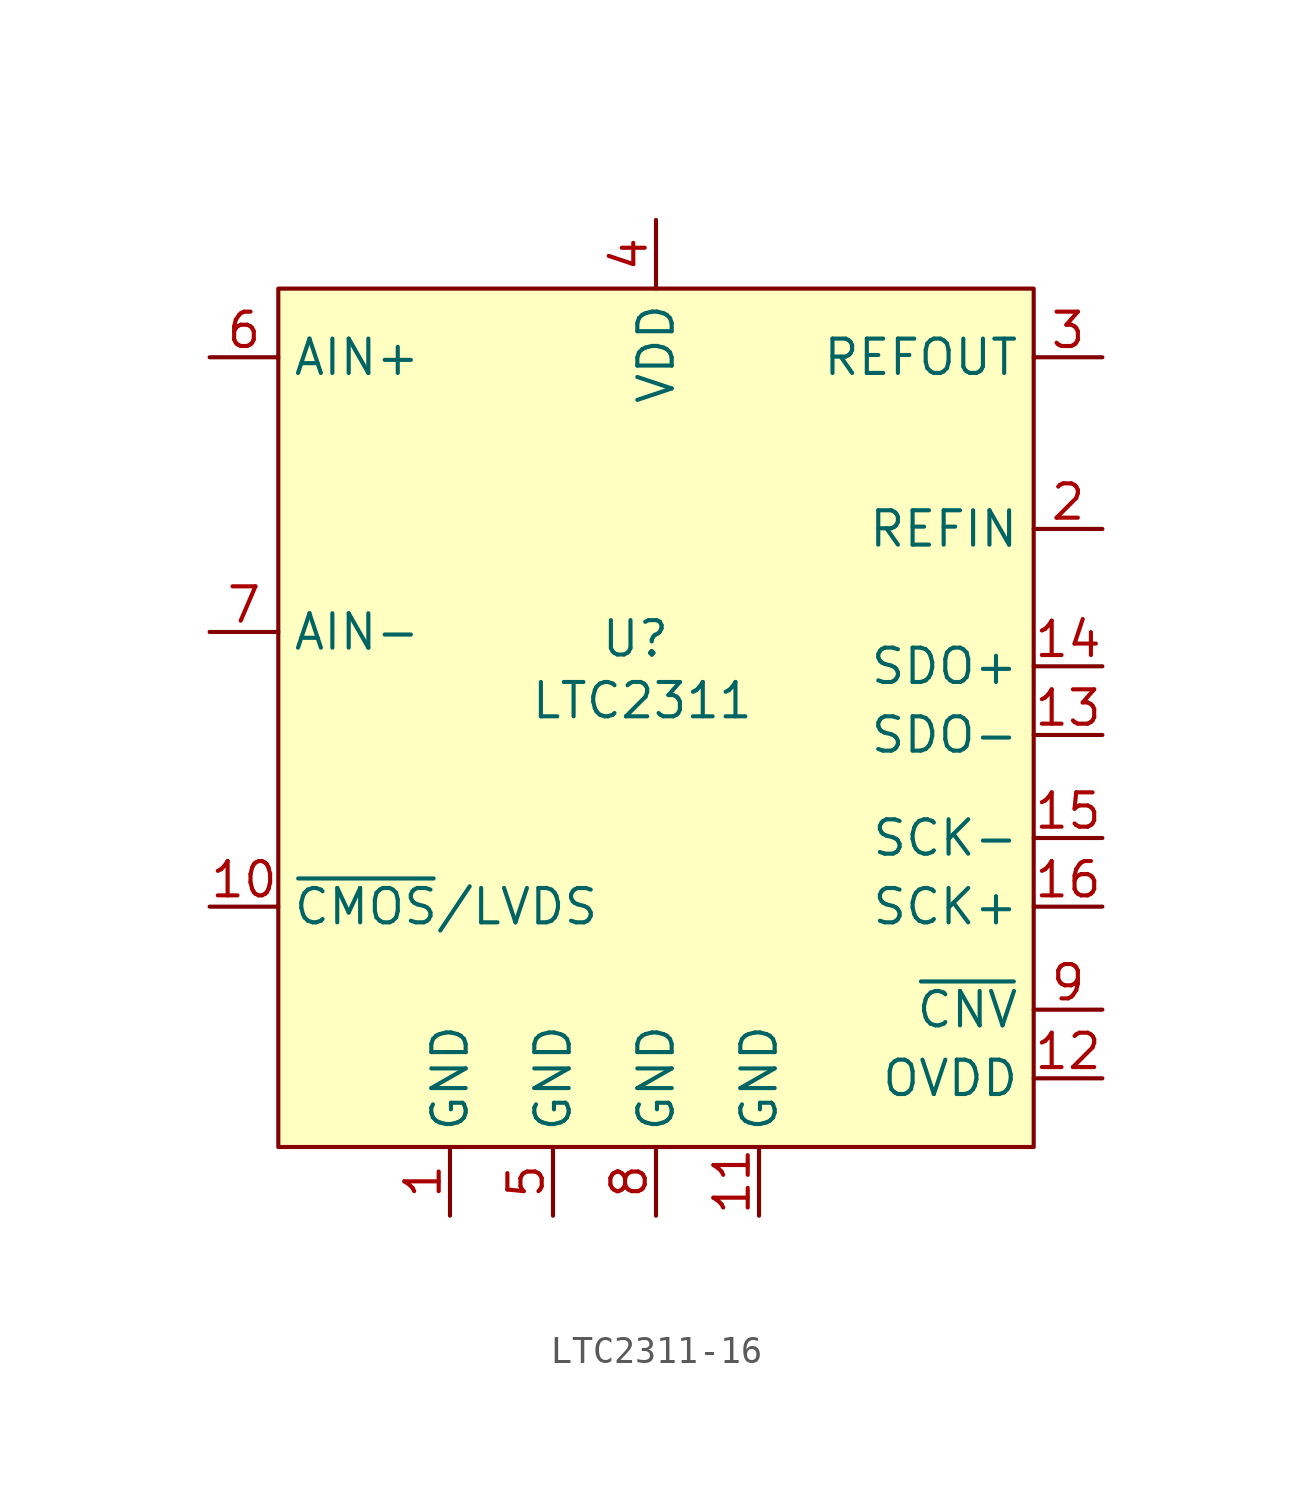
<source format=kicad_sym>
(kicad_symbol_lib
  (version 20231120)
  (generator "kicad_symbol_editor")
  (generator_version "8.0")
  (symbol "LTC2311-16"
    (property "Reference" "U"
      (at 15.748 9.906 0)
      (effects (font (size 1.27 1.27))))
    (property "Value" "LTC2311"
      (at 16.002 7.62 0)
      (effects (font (size 1.27 1.27))))
    (symbol "LTC2311-16_0_0"
      (pin power_out line (at 8.89 -11.43 90) (length 2.54) (name "GND" (effects (font (size 1.27 1.27)))) (number "1" (effects (font (size 1.27 1.27)))))
      (pin power_out line (at 20.32 -11.43 90) (length 2.54) (name "GND" (effects (font (size 1.27 1.27)))) (number "11" (effects (font (size 1.27 1.27)))))
      (pin power_in line (at 33.02 -6.35 180) (length 2.54) (name "OVDD" (effects (font (size 1.27 1.27)))) (number "12" (effects (font (size 1.27 1.27)))))
      (pin bidirectional line (at 33.02 6.35 180) (length 2.54) (name "SDO-" (effects (font (size 1.27 1.27)))) (number "13" (effects (font (size 1.27 1.27)))))
      (pin bidirectional line (at 33.02 8.89 180) (length 2.54) (name "SDO+" (effects (font (size 1.27 1.27)))) (number "14" (effects (font (size 1.27 1.27)))))
      (pin bidirectional line (at 33.02 2.54 180) (length 2.54) (name "SCK-" (effects (font (size 1.27 1.27)))) (number "15" (effects (font (size 1.27 1.27)))))
      (pin bidirectional line (at 33.02 0 180) (length 2.54) (name "SCK+" (effects (font (size 1.27 1.27)))) (number "16" (effects (font (size 1.27 1.27)))))
      (pin input line (at 33.02 13.97 180) (length 2.54) (name "REFIN" (effects (font (size 1.27 1.27)))) (number "2" (effects (font (size 1.27 1.27)))))
      (pin output line (at 33.02 20.32 180) (length 2.54) (name "REFOUT" (effects (font (size 1.27 1.27)))) (number "3" (effects (font (size 1.27 1.27)))))
      (pin power_in line (at 16.51 25.4 270) (length 2.54) (name "VDD" (effects (font (size 1.27 1.27)))) (number "4" (effects (font (size 1.27 1.27)))))
      (pin power_out line (at 12.7 -11.43 90) (length 2.54) (name "GND" (effects (font (size 1.27 1.27)))) (number "5" (effects (font (size 1.27 1.27)))))
      (pin input line (at 0 20.32 0) (length 2.54) (name "AIN+" (effects (font (size 1.27 1.27)))) (number "6" (effects (font (size 1.27 1.27)))))
      (pin input line (at 0 10.16 0) (length 2.54) (name "AIN-" (effects (font (size 1.27 1.27)))) (number "7" (effects (font (size 1.27 1.27)))))
      (pin power_out line (at 16.51 -11.43 90) (length 2.54) (name "GND" (effects (font (size 1.27 1.27)))) (number "8" (effects (font (size 1.27 1.27))))))
    (symbol "LTC2311-16_1_0"
      (pin input line (at 0 0 0) (length 2.54) (name "~{CMOS}/LVDS" (effects (font (size 1.27 1.27)))) (number "10" (effects (font (size 1.27 1.27)))))
      (pin power_out line (at 24.13 -11.43 90) (length 2.54) hide (name "GND" (effects (font (size 1.27 1.27)))) (number "17" (effects (font (size 1.27 1.27)))))
      (pin input line (at 33.02 -3.81 180) (length 2.54) (name "~{CNV}" (effects (font (size 1.27 1.27)))) (number "9" (effects (font (size 1.27 1.27))))))
    (symbol "LTC2311-16_1_1"
      (rectangle (start 2.54 22.86) (end 30.48 -8.89) (stroke (width 0) (type default)) (fill (type background))))))
</source>
